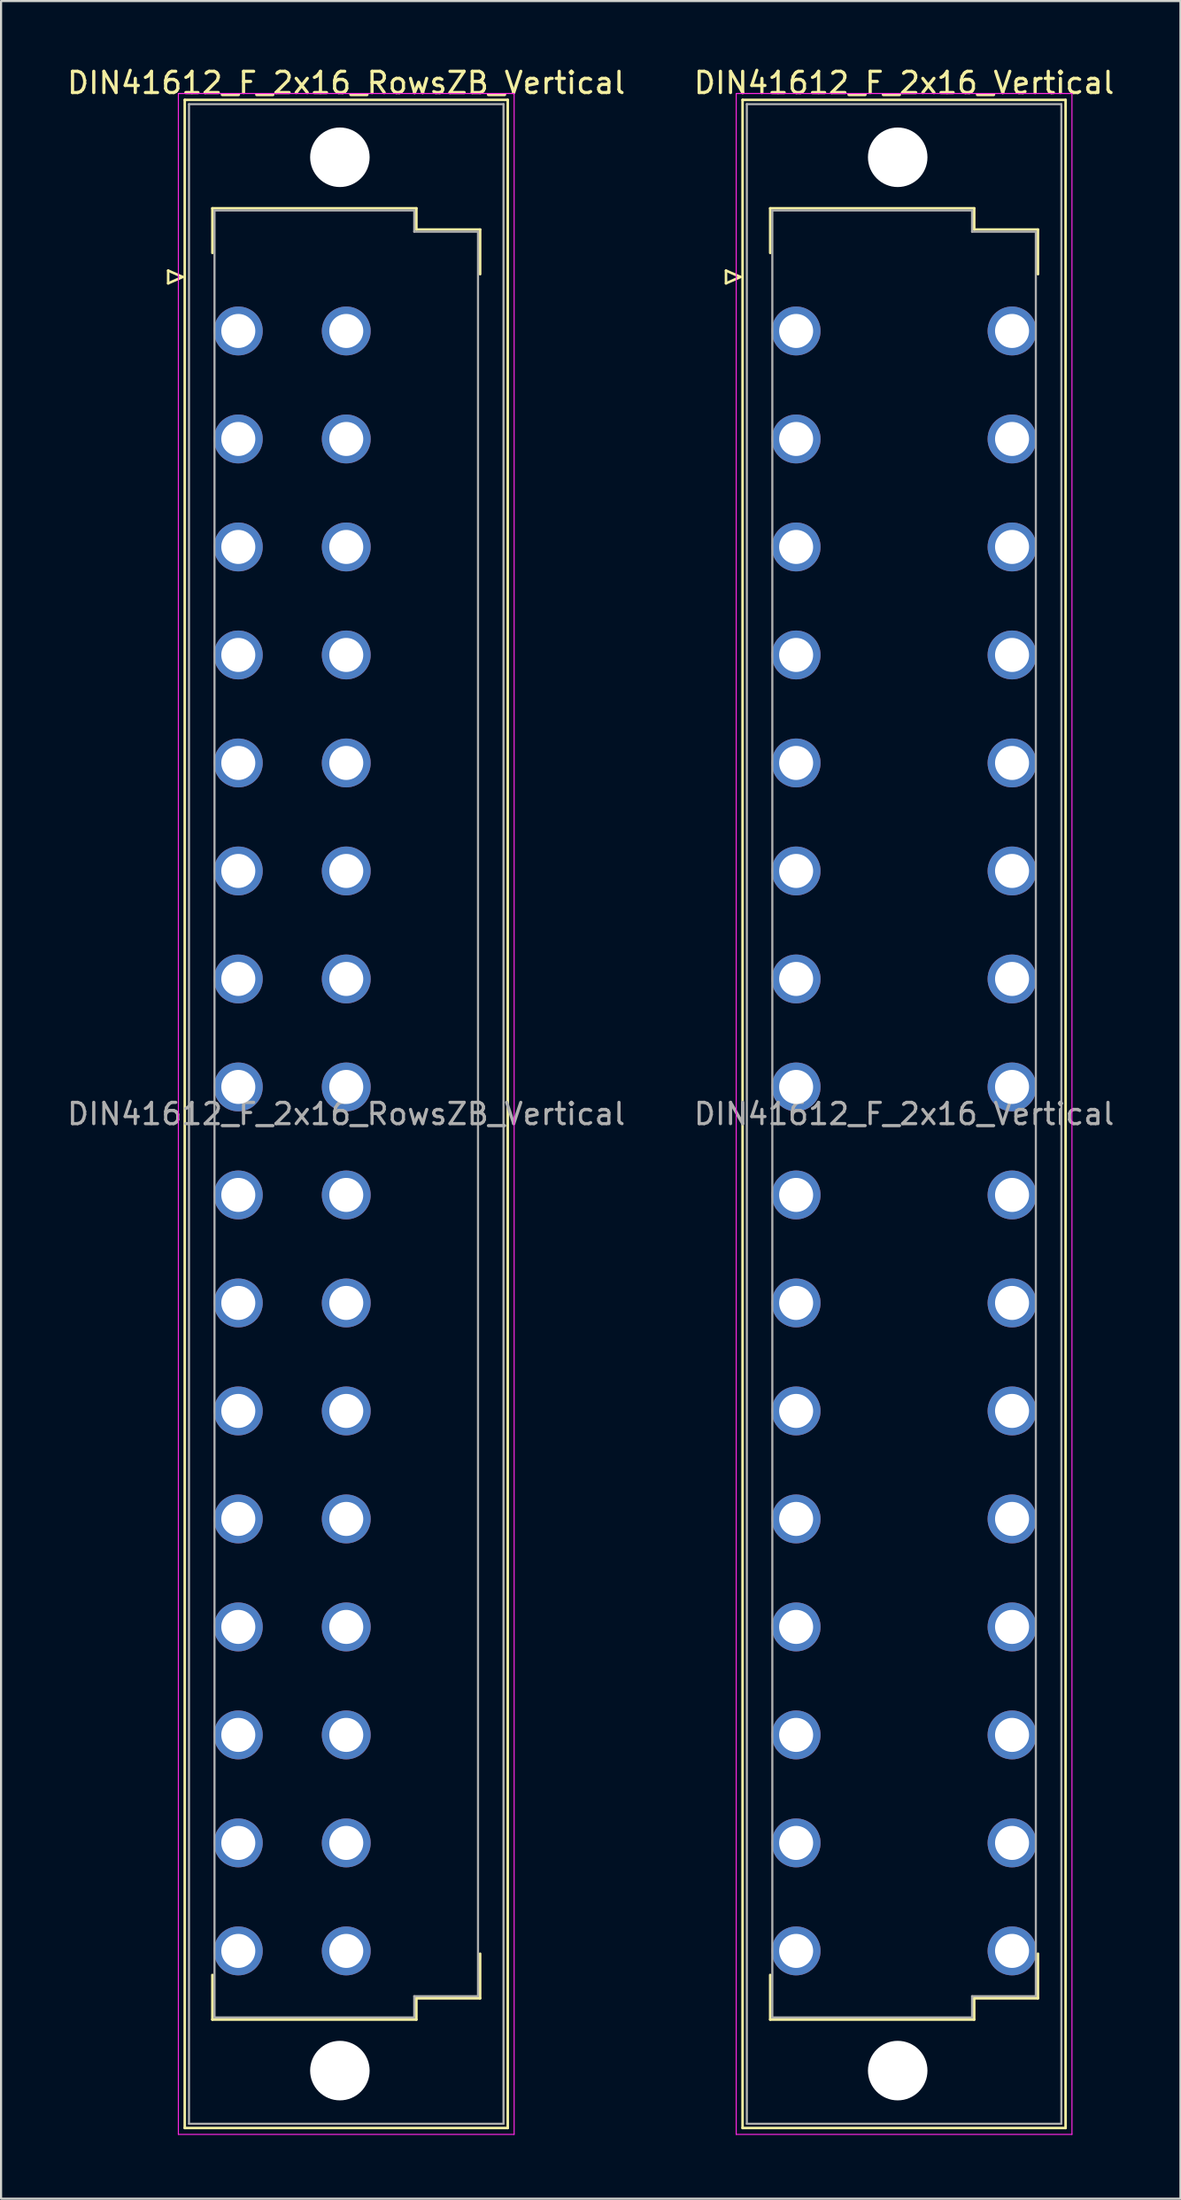
<source format=kicad_pcb>
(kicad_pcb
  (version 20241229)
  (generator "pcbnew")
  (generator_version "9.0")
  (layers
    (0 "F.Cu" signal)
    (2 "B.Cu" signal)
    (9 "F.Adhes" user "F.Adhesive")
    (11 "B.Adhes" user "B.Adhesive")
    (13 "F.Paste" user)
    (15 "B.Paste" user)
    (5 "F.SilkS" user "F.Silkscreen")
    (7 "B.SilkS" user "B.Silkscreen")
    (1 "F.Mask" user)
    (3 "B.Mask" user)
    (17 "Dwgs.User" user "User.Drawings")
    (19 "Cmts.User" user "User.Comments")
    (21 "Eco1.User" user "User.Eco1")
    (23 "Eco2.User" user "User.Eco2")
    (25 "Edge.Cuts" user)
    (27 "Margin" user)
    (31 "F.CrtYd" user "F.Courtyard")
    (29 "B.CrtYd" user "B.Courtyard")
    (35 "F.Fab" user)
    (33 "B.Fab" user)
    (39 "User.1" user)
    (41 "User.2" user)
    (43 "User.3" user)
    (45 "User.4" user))
  (footprint "DIN41612_F_2x16_RowsZB_Vertical"
    (layer "F.Cu")
    (at 10.704 9.978)
    (property "Reference" "DIN41612_F_2x16_RowsZB_Vertical" (at 2.54 -9.13 0) (layer "F.SilkS") (effects (font (size 1 1) (thickness 0.15))))
    (attr through_hole)
    (fp_line (start -5.84 -0.3) (end -5.84 0.3) (stroke (width 0.12) (type solid)) (layer "F.SilkS"))
    (fp_line (start -5.84 0.3) (end -5.16 0) (stroke (width 0.12) (type solid)) (layer "F.SilkS"))
    (fp_line (start -5.16 0) (end -5.84 -0.3) (stroke (width 0.12) (type solid)) (layer "F.SilkS"))
    (fp_line (start -5.06 -8.33) (end 10.14 -8.33) (stroke (width 0.12) (type solid)) (layer "F.SilkS"))
    (fp_line (start -5.06 87.07) (end -5.06 -8.33) (stroke (width 0.12) (type solid)) (layer "F.SilkS"))
    (fp_line (start -3.76 -3.23) (end 5.84 -3.23) (stroke (width 0.12) (type solid)) (layer "F.SilkS"))
    (fp_line (start -3.76 -1.13) (end -3.76 -3.23) (stroke (width 0.12) (type solid)) (layer "F.SilkS"))
    (fp_line (start -3.76 79.87) (end -3.76 81.97) (stroke (width 0.12) (type solid)) (layer "F.SilkS"))
    (fp_line (start -3.76 81.97) (end 5.84 81.97) (stroke (width 0.12) (type solid)) (layer "F.SilkS"))
    (fp_line (start 5.84 -3.23) (end 5.84 -2.23) (stroke (width 0.12) (type solid)) (layer "F.SilkS"))
    (fp_line (start 5.84 -2.23) (end 8.84 -2.23) (stroke (width 0.12) (type solid)) (layer "F.SilkS"))
    (fp_line (start 5.84 80.97) (end 8.84 80.97) (stroke (width 0.12) (type solid)) (layer "F.SilkS"))
    (fp_line (start 5.84 81.97) (end 5.84 80.97) (stroke (width 0.12) (type solid)) (layer "F.SilkS"))
    (fp_line (start 8.84 -2.23) (end 8.84 -0.13) (stroke (width 0.12) (type solid)) (layer "F.SilkS"))
    (fp_line (start 8.84 80.97) (end 8.84 78.87) (stroke (width 0.12) (type solid)) (layer "F.SilkS"))
    (fp_line (start 10.14 -8.33) (end 10.14 87.07) (stroke (width 0.12) (type solid)) (layer "F.SilkS"))
    (fp_line (start 10.14 87.07) (end -5.06 87.07) (stroke (width 0.12) (type solid)) (layer "F.SilkS"))
    (fp_line (start -5.36 -8.63) (end 10.44 -8.63) (stroke (width 0.05) (type solid)) (layer "F.CrtYd"))
    (fp_line (start -5.36 87.37) (end -5.36 -8.63) (stroke (width 0.05) (type solid)) (layer "F.CrtYd"))
    (fp_line (start 10.44 -8.63) (end 10.44 87.37) (stroke (width 0.05) (type solid)) (layer "F.CrtYd"))
    (fp_line (start 10.44 87.37) (end -5.36 87.37) (stroke (width 0.05) (type solid)) (layer "F.CrtYd"))
    (fp_line (start -4.86 -8.13) (end 9.94 -8.13) (stroke (width 0.1) (type solid)) (layer "F.Fab"))
    (fp_line (start -4.86 86.87) (end -4.86 -8.13) (stroke (width 0.1) (type solid)) (layer "F.Fab"))
    (fp_line (start -3.66 -3.13) (end 5.74 -3.13) (stroke (width 0.1) (type solid)) (layer "F.Fab"))
    (fp_line (start -3.66 81.87) (end -3.66 -3.13) (stroke (width 0.1) (type solid)) (layer "F.Fab"))
    (fp_line (start 5.74 -3.13) (end 5.74 -2.13) (stroke (width 0.1) (type solid)) (layer "F.Fab"))
    (fp_line (start 5.74 -2.13) (end 8.74 -2.13) (stroke (width 0.1) (type solid)) (layer "F.Fab"))
    (fp_line (start 5.74 80.87) (end 5.74 81.87) (stroke (width 0.1) (type solid)) (layer "F.Fab"))
    (fp_line (start 5.74 81.87) (end -3.66 81.87) (stroke (width 0.1) (type solid)) (layer "F.Fab"))
    (fp_line (start 8.74 -2.13) (end 8.74 80.87) (stroke (width 0.1) (type solid)) (layer "F.Fab"))
    (fp_line (start 8.74 80.87) (end 5.74 80.87) (stroke (width 0.1) (type solid)) (layer "F.Fab"))
    (fp_line (start 9.94 -8.13) (end 9.94 86.87) (stroke (width 0.1) (type solid)) (layer "F.Fab"))
    (fp_line (start 9.94 86.87) (end -4.86 86.87) (stroke (width 0.1) (type solid)) (layer "F.Fab"))
    (fp_text user "${REFERENCE}" (at 2.54 39.37 0) (layer "F.Fab") (effects (font (size 1 1) (thickness 0.15))))
    (pad "" np_thru_hole circle (at 2.24 -5.63) (size 2.8 2.8) (drill 2.8) (layers "*.Cu" "*.Mask"))
    (pad "" np_thru_hole circle (at 2.24 84.37) (size 2.8 2.8) (drill 2.8) (layers "*.Cu" "*.Mask"))
    (pad "b2" thru_hole circle (at 2.54 2.54) (size 2.3 2.3) (drill 1.6) (layers "*.Cu" "*.Mask"))
    (pad "b4" thru_hole circle (at 2.54 7.62) (size 2.3 2.3) (drill 1.6) (layers "*.Cu" "*.Mask"))
    (pad "b6" thru_hole circle (at 2.54 12.7) (size 2.3 2.3) (drill 1.6) (layers "*.Cu" "*.Mask"))
    (pad "b8" thru_hole circle (at 2.54 17.78) (size 2.3 2.3) (drill 1.6) (layers "*.Cu" "*.Mask"))
    (pad "b10" thru_hole circle (at 2.54 22.86) (size 2.3 2.3) (drill 1.6) (layers "*.Cu" "*.Mask"))
    (pad "b12" thru_hole circle (at 2.54 27.94) (size 2.3 2.3) (drill 1.6) (layers "*.Cu" "*.Mask"))
    (pad "b14" thru_hole circle (at 2.54 33.02) (size 2.3 2.3) (drill 1.6) (layers "*.Cu" "*.Mask"))
    (pad "b16" thru_hole circle (at 2.54 38.1) (size 2.3 2.3) (drill 1.6) (layers "*.Cu" "*.Mask"))
    (pad "b18" thru_hole circle (at 2.54 43.18) (size 2.3 2.3) (drill 1.6) (layers "*.Cu" "*.Mask"))
    (pad "b20" thru_hole circle (at 2.54 48.26) (size 2.3 2.3) (drill 1.6) (layers "*.Cu" "*.Mask"))
    (pad "b22" thru_hole circle (at 2.54 53.34) (size 2.3 2.3) (drill 1.6) (layers "*.Cu" "*.Mask"))
    (pad "b24" thru_hole circle (at 2.54 58.42) (size 2.3 2.3) (drill 1.6) (layers "*.Cu" "*.Mask"))
    (pad "b26" thru_hole circle (at 2.54 63.5) (size 2.3 2.3) (drill 1.6) (layers "*.Cu" "*.Mask"))
    (pad "b28" thru_hole circle (at 2.54 68.58) (size 2.3 2.3) (drill 1.6) (layers "*.Cu" "*.Mask"))
    (pad "b30" thru_hole circle (at 2.54 73.66) (size 2.3 2.3) (drill 1.6) (layers "*.Cu" "*.Mask"))
    (pad "b32" thru_hole circle (at 2.54 78.74) (size 2.3 2.3) (drill 1.6) (layers "*.Cu" "*.Mask"))
    (pad "z2" thru_hole circle (at -2.54 2.54) (size 2.3 2.3) (drill 1.6) (layers "*.Cu" "*.Mask"))
    (pad "z4" thru_hole circle (at -2.54 7.62) (size 2.3 2.3) (drill 1.6) (layers "*.Cu" "*.Mask"))
    (pad "z6" thru_hole circle (at -2.54 12.7) (size 2.3 2.3) (drill 1.6) (layers "*.Cu" "*.Mask"))
    (pad "z8" thru_hole circle (at -2.54 17.78) (size 2.3 2.3) (drill 1.6) (layers "*.Cu" "*.Mask"))
    (pad "z10" thru_hole circle (at -2.54 22.86) (size 2.3 2.3) (drill 1.6) (layers "*.Cu" "*.Mask"))
    (pad "z12" thru_hole circle (at -2.54 27.94) (size 2.3 2.3) (drill 1.6) (layers "*.Cu" "*.Mask"))
    (pad "z14" thru_hole circle (at -2.54 33.02) (size 2.3 2.3) (drill 1.6) (layers "*.Cu" "*.Mask"))
    (pad "z16" thru_hole circle (at -2.54 38.1) (size 2.3 2.3) (drill 1.6) (layers "*.Cu" "*.Mask"))
    (pad "z18" thru_hole circle (at -2.54 43.18) (size 2.3 2.3) (drill 1.6) (layers "*.Cu" "*.Mask"))
    (pad "z20" thru_hole circle (at -2.54 48.26) (size 2.3 2.3) (drill 1.6) (layers "*.Cu" "*.Mask"))
    (pad "z22" thru_hole circle (at -2.54 53.34) (size 2.3 2.3) (drill 1.6) (layers "*.Cu" "*.Mask"))
    (pad "z24" thru_hole circle (at -2.54 58.42) (size 2.3 2.3) (drill 1.6) (layers "*.Cu" "*.Mask"))
    (pad "z26" thru_hole circle (at -2.54 63.5) (size 2.3 2.3) (drill 1.6) (layers "*.Cu" "*.Mask"))
    (pad "z28" thru_hole circle (at -2.54 68.58) (size 2.3 2.3) (drill 1.6) (layers "*.Cu" "*.Mask"))
    (pad "z30" thru_hole circle (at -2.54 73.66) (size 2.3 2.3) (drill 1.6) (layers "*.Cu" "*.Mask"))
    (pad "z32" thru_hole circle (at -2.54 78.74) (size 2.3 2.3) (drill 1.6) (layers "*.Cu" "*.Mask")))
  (footprint "DIN41612_F_2x16_Vertical"
    (layer "F.Cu")
    (at 36.954 9.978)
    (property "Reference" "DIN41612_F_2x16_Vertical" (at 2.54 -9.13 0) (layer "F.SilkS") (effects (font (size 1 1) (thickness 0.15))))
    (attr through_hole)
    (fp_line (start -5.84 -0.3) (end -5.84 0.3) (stroke (width 0.12) (type solid)) (layer "F.SilkS"))
    (fp_line (start -5.84 0.3) (end -5.16 0) (stroke (width 0.12) (type solid)) (layer "F.SilkS"))
    (fp_line (start -5.16 0) (end -5.84 -0.3) (stroke (width 0.12) (type solid)) (layer "F.SilkS"))
    (fp_line (start -5.06 -8.33) (end 10.14 -8.33) (stroke (width 0.12) (type solid)) (layer "F.SilkS"))
    (fp_line (start -5.06 87.07) (end -5.06 -8.33) (stroke (width 0.12) (type solid)) (layer "F.SilkS"))
    (fp_line (start -3.76 -3.23) (end 5.84 -3.23) (stroke (width 0.12) (type solid)) (layer "F.SilkS"))
    (fp_line (start -3.76 -1.13) (end -3.76 -3.23) (stroke (width 0.12) (type solid)) (layer "F.SilkS"))
    (fp_line (start -3.76 79.87) (end -3.76 81.97) (stroke (width 0.12) (type solid)) (layer "F.SilkS"))
    (fp_line (start -3.76 81.97) (end 5.84 81.97) (stroke (width 0.12) (type solid)) (layer "F.SilkS"))
    (fp_line (start 5.84 -3.23) (end 5.84 -2.23) (stroke (width 0.12) (type solid)) (layer "F.SilkS"))
    (fp_line (start 5.84 -2.23) (end 8.84 -2.23) (stroke (width 0.12) (type solid)) (layer "F.SilkS"))
    (fp_line (start 5.84 80.97) (end 8.84 80.97) (stroke (width 0.12) (type solid)) (layer "F.SilkS"))
    (fp_line (start 5.84 81.97) (end 5.84 80.97) (stroke (width 0.12) (type solid)) (layer "F.SilkS"))
    (fp_line (start 8.84 -2.23) (end 8.84 -0.13) (stroke (width 0.12) (type solid)) (layer "F.SilkS"))
    (fp_line (start 8.84 80.97) (end 8.84 78.87) (stroke (width 0.12) (type solid)) (layer "F.SilkS"))
    (fp_line (start 10.14 -8.33) (end 10.14 87.07) (stroke (width 0.12) (type solid)) (layer "F.SilkS"))
    (fp_line (start 10.14 87.07) (end -5.06 87.07) (stroke (width 0.12) (type solid)) (layer "F.SilkS"))
    (fp_line (start -5.36 -8.63) (end 10.44 -8.63) (stroke (width 0.05) (type solid)) (layer "F.CrtYd"))
    (fp_line (start -5.36 87.37) (end -5.36 -8.63) (stroke (width 0.05) (type solid)) (layer "F.CrtYd"))
    (fp_line (start 10.44 -8.63) (end 10.44 87.37) (stroke (width 0.05) (type solid)) (layer "F.CrtYd"))
    (fp_line (start 10.44 87.37) (end -5.36 87.37) (stroke (width 0.05) (type solid)) (layer "F.CrtYd"))
    (fp_line (start -4.86 -8.13) (end 9.94 -8.13) (stroke (width 0.1) (type solid)) (layer "F.Fab"))
    (fp_line (start -4.86 86.87) (end -4.86 -8.13) (stroke (width 0.1) (type solid)) (layer "F.Fab"))
    (fp_line (start -3.66 -3.13) (end 5.74 -3.13) (stroke (width 0.1) (type solid)) (layer "F.Fab"))
    (fp_line (start -3.66 81.87) (end -3.66 -3.13) (stroke (width 0.1) (type solid)) (layer "F.Fab"))
    (fp_line (start 5.74 -3.13) (end 5.74 -2.13) (stroke (width 0.1) (type solid)) (layer "F.Fab"))
    (fp_line (start 5.74 -2.13) (end 8.74 -2.13) (stroke (width 0.1) (type solid)) (layer "F.Fab"))
    (fp_line (start 5.74 80.87) (end 5.74 81.87) (stroke (width 0.1) (type solid)) (layer "F.Fab"))
    (fp_line (start 5.74 81.87) (end -3.66 81.87) (stroke (width 0.1) (type solid)) (layer "F.Fab"))
    (fp_line (start 8.74 -2.13) (end 8.74 80.87) (stroke (width 0.1) (type solid)) (layer "F.Fab"))
    (fp_line (start 8.74 80.87) (end 5.74 80.87) (stroke (width 0.1) (type solid)) (layer "F.Fab"))
    (fp_line (start 9.94 -8.13) (end 9.94 86.87) (stroke (width 0.1) (type solid)) (layer "F.Fab"))
    (fp_line (start 9.94 86.87) (end -4.86 86.87) (stroke (width 0.1) (type solid)) (layer "F.Fab"))
    (fp_text user "${REFERENCE}" (at 2.54 39.37 0) (layer "F.Fab") (effects (font (size 1 1) (thickness 0.15))))
    (pad "" np_thru_hole circle (at 2.24 -5.63) (size 2.8 2.8) (drill 2.8) (layers "*.Cu" "*.Mask"))
    (pad "" np_thru_hole circle (at 2.24 84.37) (size 2.8 2.8) (drill 2.8) (layers "*.Cu" "*.Mask"))
    (pad "d2" thru_hole circle (at 7.62 2.54) (size 2.3 2.3) (drill 1.6) (layers "*.Cu" "*.Mask"))
    (pad "d4" thru_hole circle (at 7.62 7.62) (size 2.3 2.3) (drill 1.6) (layers "*.Cu" "*.Mask"))
    (pad "d6" thru_hole circle (at 7.62 12.7) (size 2.3 2.3) (drill 1.6) (layers "*.Cu" "*.Mask"))
    (pad "d8" thru_hole circle (at 7.62 17.78) (size 2.3 2.3) (drill 1.6) (layers "*.Cu" "*.Mask"))
    (pad "d10" thru_hole circle (at 7.62 22.86) (size 2.3 2.3) (drill 1.6) (layers "*.Cu" "*.Mask"))
    (pad "d12" thru_hole circle (at 7.62 27.94) (size 2.3 2.3) (drill 1.6) (layers "*.Cu" "*.Mask"))
    (pad "d14" thru_hole circle (at 7.62 33.02) (size 2.3 2.3) (drill 1.6) (layers "*.Cu" "*.Mask"))
    (pad "d16" thru_hole circle (at 7.62 38.1) (size 2.3 2.3) (drill 1.6) (layers "*.Cu" "*.Mask"))
    (pad "d18" thru_hole circle (at 7.62 43.18) (size 2.3 2.3) (drill 1.6) (layers "*.Cu" "*.Mask"))
    (pad "d20" thru_hole circle (at 7.62 48.26) (size 2.3 2.3) (drill 1.6) (layers "*.Cu" "*.Mask"))
    (pad "d22" thru_hole circle (at 7.62 53.34) (size 2.3 2.3) (drill 1.6) (layers "*.Cu" "*.Mask"))
    (pad "d24" thru_hole circle (at 7.62 58.42) (size 2.3 2.3) (drill 1.6) (layers "*.Cu" "*.Mask"))
    (pad "d26" thru_hole circle (at 7.62 63.5) (size 2.3 2.3) (drill 1.6) (layers "*.Cu" "*.Mask"))
    (pad "d28" thru_hole circle (at 7.62 68.58) (size 2.3 2.3) (drill 1.6) (layers "*.Cu" "*.Mask"))
    (pad "d30" thru_hole circle (at 7.62 73.66) (size 2.3 2.3) (drill 1.6) (layers "*.Cu" "*.Mask"))
    (pad "d32" thru_hole circle (at 7.62 78.74) (size 2.3 2.3) (drill 1.6) (layers "*.Cu" "*.Mask"))
    (pad "z2" thru_hole circle (at -2.54 2.54) (size 2.3 2.3) (drill 1.6) (layers "*.Cu" "*.Mask"))
    (pad "z4" thru_hole circle (at -2.54 7.62) (size 2.3 2.3) (drill 1.6) (layers "*.Cu" "*.Mask"))
    (pad "z6" thru_hole circle (at -2.54 12.7) (size 2.3 2.3) (drill 1.6) (layers "*.Cu" "*.Mask"))
    (pad "z8" thru_hole circle (at -2.54 17.78) (size 2.3 2.3) (drill 1.6) (layers "*.Cu" "*.Mask"))
    (pad "z10" thru_hole circle (at -2.54 22.86) (size 2.3 2.3) (drill 1.6) (layers "*.Cu" "*.Mask"))
    (pad "z12" thru_hole circle (at -2.54 27.94) (size 2.3 2.3) (drill 1.6) (layers "*.Cu" "*.Mask"))
    (pad "z14" thru_hole circle (at -2.54 33.02) (size 2.3 2.3) (drill 1.6) (layers "*.Cu" "*.Mask"))
    (pad "z16" thru_hole circle (at -2.54 38.1) (size 2.3 2.3) (drill 1.6) (layers "*.Cu" "*.Mask"))
    (pad "z18" thru_hole circle (at -2.54 43.18) (size 2.3 2.3) (drill 1.6) (layers "*.Cu" "*.Mask"))
    (pad "z20" thru_hole circle (at -2.54 48.26) (size 2.3 2.3) (drill 1.6) (layers "*.Cu" "*.Mask"))
    (pad "z22" thru_hole circle (at -2.54 53.34) (size 2.3 2.3) (drill 1.6) (layers "*.Cu" "*.Mask"))
    (pad "z24" thru_hole circle (at -2.54 58.42) (size 2.3 2.3) (drill 1.6) (layers "*.Cu" "*.Mask"))
    (pad "z26" thru_hole circle (at -2.54 63.5) (size 2.3 2.3) (drill 1.6) (layers "*.Cu" "*.Mask"))
    (pad "z28" thru_hole circle (at -2.54 68.58) (size 2.3 2.3) (drill 1.6) (layers "*.Cu" "*.Mask"))
    (pad "z30" thru_hole circle (at -2.54 73.66) (size 2.3 2.3) (drill 1.6) (layers "*.Cu" "*.Mask"))
    (pad "z32" thru_hole circle (at -2.54 78.74) (size 2.3 2.3) (drill 1.6) (layers "*.Cu" "*.Mask")))
  (gr_rect
    (start -3 -3)
    (end 52.5 100.373)
    (stroke (width 0.1) (type default))
    (fill no)
    (layer "Edge.Cuts")))
</source>
